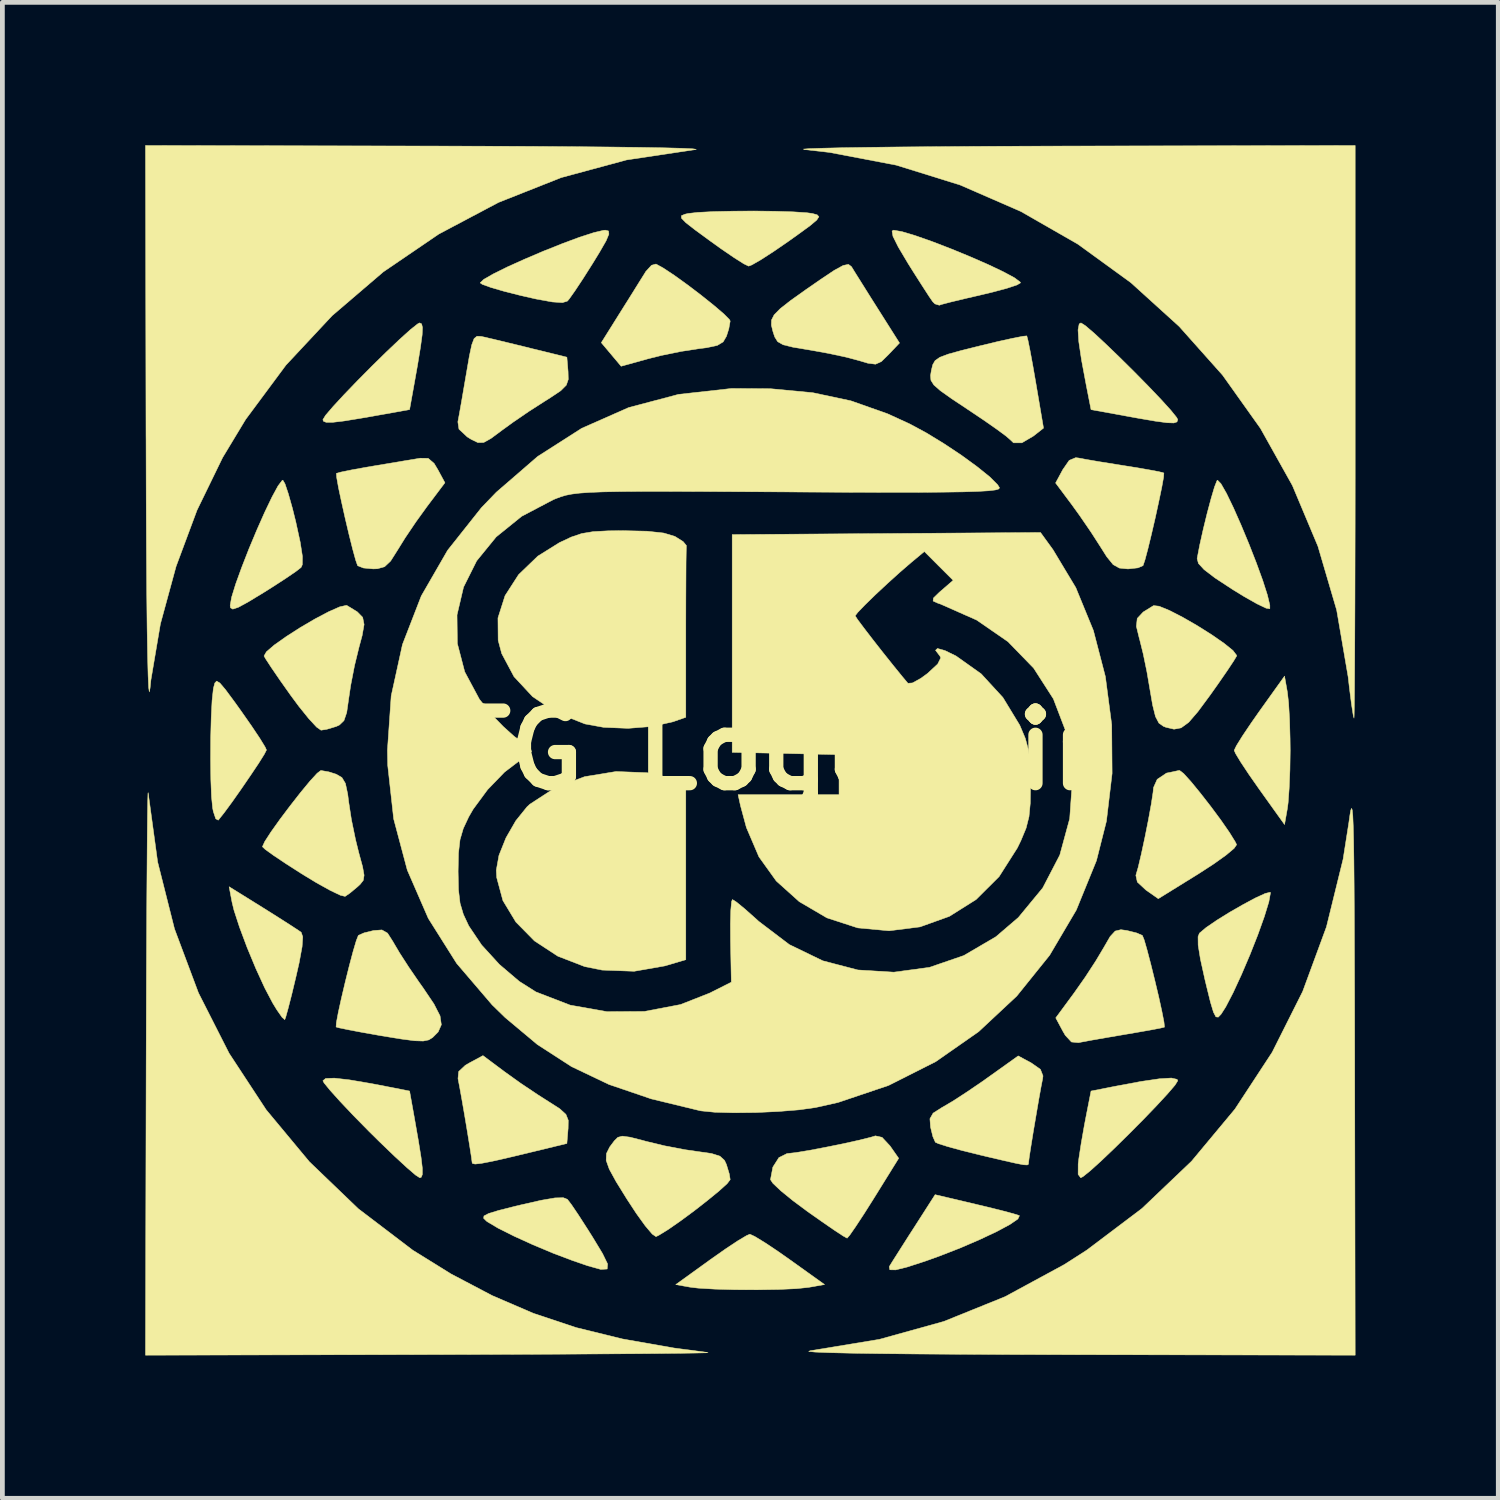
<source format=kicad_pcb>
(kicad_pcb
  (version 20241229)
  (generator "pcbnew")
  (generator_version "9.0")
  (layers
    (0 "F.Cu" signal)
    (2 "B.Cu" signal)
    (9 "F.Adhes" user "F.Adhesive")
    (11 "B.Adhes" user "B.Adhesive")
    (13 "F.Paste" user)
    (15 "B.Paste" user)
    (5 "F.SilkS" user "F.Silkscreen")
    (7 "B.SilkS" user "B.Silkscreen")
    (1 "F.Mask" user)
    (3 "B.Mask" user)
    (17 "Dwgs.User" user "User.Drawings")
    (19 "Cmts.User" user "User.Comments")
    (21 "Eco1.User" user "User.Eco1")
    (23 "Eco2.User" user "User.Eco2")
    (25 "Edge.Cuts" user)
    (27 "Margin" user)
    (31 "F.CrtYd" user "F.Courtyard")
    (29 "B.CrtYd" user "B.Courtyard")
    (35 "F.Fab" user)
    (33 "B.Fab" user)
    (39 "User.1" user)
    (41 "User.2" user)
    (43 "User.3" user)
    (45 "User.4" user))
  (footprint "BTG Logo 1in"
    (layer "F.Cu")
    (at 12.705 12.705)
    (property "Reference" "BTG Logo 1in" (at 0 0 0) (layer "F.SilkS") (effects (font (size 1.524 1.524) (thickness 0.3))))
    (attr through_hole)
    (fp_poly (pts (xy 0.092 10.207) (xy 0.299 10.333) (xy 0.577 10.518) (xy 0.819 10.688) (xy 1.558 11.217) (xy 1.224 11.276) (xy 0.968 11.303) (xy 0.593 11.32) (xy 0.149 11.327) (xy -0.314 11.325) (xy -0.745 11.313) (xy -1.096 11.292) (xy -1.27 11.271) (xy -1.566 11.218) (xy -0.833 10.689) (xy -0.524 10.472) (xy -0.262 10.298) (xy -0.077 10.188) (xy -0.01 10.16) (xy 0.092 10.207)) (stroke (width 0.01) (type solid)) (fill yes) (layer "F.SilkS"))
    (fp_poly (pts (xy 11.276 -1.224) (xy 11.302 -0.995) (xy 11.322 -0.652) (xy 11.333 -0.249) (xy 11.336 0) (xy 11.33 0.412) (xy 11.314 0.798) (xy 11.292 1.102) (xy 11.276 1.224) (xy 11.217 1.558) (xy 10.688 0.819) (xy 10.472 0.51) (xy 10.298 0.248) (xy 10.188 0.066) (xy 10.16 0) (xy 10.207 -0.098) (xy 10.333 -0.301) (xy 10.518 -0.576) (xy 10.688 -0.819) (xy 11.217 -1.558) (xy 11.276 -1.224)) (stroke (width 0.01) (type solid)) (fill yes) (layer "F.SilkS"))
    (fp_poly (pts (xy -2.168 0.47) (xy -1.837 0.542) (xy -1.355 0.682) (xy -1.355 4.396) (xy -1.793 4.526) (xy -2.439 4.639) (xy -3.113 4.614) (xy -3.477 4.541) (xy -4.043 4.322) (xy -4.532 4.002) (xy -4.923 3.605) (xy -5.195 3.155) (xy -5.325 2.673) (xy -5.334 2.517) (xy -5.278 2.205) (xy -5.131 1.838) (xy -4.924 1.478) (xy -4.69 1.188) (xy -4.629 1.131) (xy -4.097 0.785) (xy -3.479 0.553) (xy -2.82 0.445) (xy -2.168 0.47)) (stroke (width 0.01) (type solid)) (fill yes) (layer "F.SilkS"))
    (fp_poly (pts (xy 4.75 9.535) (xy 5.111 9.622) (xy 5.405 9.697) (xy 5.596 9.751) (xy 5.651 9.771) (xy 5.618 9.84) (xy 5.451 9.955) (xy 5.176 10.103) (xy 4.819 10.271) (xy 4.406 10.449) (xy 3.962 10.622) (xy 3.689 10.72) (xy 3.3 10.847) (xy 3.052 10.909) (xy 2.929 10.907) (xy 2.917 10.845) (xy 2.932 10.816) (xy 3.003 10.702) (xy 3.142 10.483) (xy 3.325 10.195) (xy 3.438 10.02) (xy 3.88 9.33) (xy 4.75 9.535)) (stroke (width 0.01) (type solid)) (fill yes) (layer "F.SilkS"))
    (fp_poly (pts (xy -10.234 3.305) (xy -9.921 3.502) (xy -9.658 3.67) (xy -9.481 3.786) (xy -9.431 3.821) (xy -9.398 3.916) (xy -9.412 4.125) (xy -9.475 4.466) (xy -9.542 4.76) (xy -9.628 5.119) (xy -9.703 5.412) (xy -9.756 5.602) (xy -9.776 5.655) (xy -9.831 5.607) (xy -9.941 5.45) (xy -10.029 5.306) (xy -10.198 4.985) (xy -10.384 4.579) (xy -10.567 4.138) (xy -10.726 3.713) (xy -10.842 3.356) (xy -10.883 3.188) (xy -10.944 2.864) (xy -10.234 3.305)) (stroke (width 0.01) (type solid)) (fill yes) (layer "F.SilkS"))
    (fp_poly (pts (xy -8.418 6.919) (xy -7.954 6.998) (xy -7.663 7.054) (xy -7.155 7.154) (xy -7.056 7.705) (xy -6.97 8.197) (xy -6.914 8.546) (xy -6.887 8.775) (xy -6.887 8.907) (xy -6.911 8.965) (xy -6.94 8.975) (xy -7.029 8.918) (xy -7.213 8.76) (xy -7.472 8.521) (xy -7.783 8.222) (xy -8.004 8.004) (xy -8.331 7.671) (xy -8.611 7.375) (xy -8.824 7.138) (xy -8.95 6.984) (xy -8.975 6.937) (xy -8.917 6.89) (xy -8.735 6.883) (xy -8.418 6.919)) (stroke (width 0.01) (type solid)) (fill yes) (layer "F.SilkS"))
    (fp_poly (pts (xy 7.034 -8.917) (xy 7.217 -8.761) (xy 7.465 -8.53) (xy 7.755 -8.251) (xy 8.061 -7.948) (xy 8.359 -7.645) (xy 8.623 -7.368) (xy 8.829 -7.141) (xy 8.951 -6.99) (xy 8.975 -6.944) (xy 8.958 -6.896) (xy 8.892 -6.874) (xy 8.749 -6.879) (xy 8.504 -6.912) (xy 8.131 -6.976) (xy 7.916 -7.015) (xy 7.154 -7.154) (xy 7.054 -7.662) (xy 6.954 -8.196) (xy 6.897 -8.58) (xy 6.881 -8.828) (xy 6.905 -8.953) (xy 6.942 -8.975) (xy 7.034 -8.917)) (stroke (width 0.01) (type solid)) (fill yes) (layer "F.SilkS"))
    (fp_poly (pts (xy 8.96 6.908) (xy 8.975 6.937) (xy 8.917 7.03) (xy 8.76 7.213) (xy 8.53 7.462) (xy 8.25 7.753) (xy 7.946 8.059) (xy 7.643 8.357) (xy 7.365 8.622) (xy 7.137 8.828) (xy 6.984 8.951) (xy 6.937 8.975) (xy 6.883 8.904) (xy 6.884 8.684) (xy 6.898 8.572) (xy 6.947 8.253) (xy 7.013 7.876) (xy 7.054 7.662) (xy 7.154 7.154) (xy 7.662 7.054) (xy 8.203 6.953) (xy 8.592 6.896) (xy 8.841 6.881) (xy 8.96 6.908)) (stroke (width 0.01) (type solid)) (fill yes) (layer "F.SilkS"))
    (fp_poly (pts (xy -6.902 -8.954) (xy -6.884 -8.878) (xy -6.891 -8.723) (xy -6.926 -8.465) (xy -6.989 -8.081) (xy -7.056 -7.705) (xy -7.155 -7.155) (xy -7.705 -7.056) (xy -8.196 -6.97) (xy -8.544 -6.914) (xy -8.773 -6.887) (xy -8.905 -6.887) (xy -8.964 -6.911) (xy -8.975 -6.944) (xy -8.917 -7.037) (xy -8.76 -7.22) (xy -8.53 -7.469) (xy -8.25 -7.76) (xy -7.947 -8.066) (xy -7.644 -8.363) (xy -7.366 -8.627) (xy -7.14 -8.831) (xy -6.988 -8.952) (xy -6.944 -8.975) (xy -6.902 -8.954)) (stroke (width 0.01) (type solid)) (fill yes) (layer "F.SilkS"))
    (fp_poly (pts (xy -3.841 9.428) (xy -3.756 9.539) (xy -3.608 9.758) (xy -3.422 10.047) (xy -3.311 10.223) (xy -3.103 10.567) (xy -2.997 10.785) (xy -3.006 10.891) (xy -3.14 10.899) (xy -3.413 10.823) (xy -3.725 10.716) (xy -4.136 10.561) (xy -4.563 10.382) (xy -4.965 10.199) (xy -5.298 10.032) (xy -5.521 9.899) (xy -5.54 9.885) (xy -5.6 9.826) (xy -5.593 9.777) (xy -5.495 9.725) (xy -5.285 9.661) (xy -4.937 9.573) (xy -4.82 9.545) (xy -4.393 9.448) (xy -4.103 9.398) (xy -3.926 9.394) (xy -3.841 9.428)) (stroke (width 0.01) (type solid)) (fill yes) (layer "F.SilkS"))
    (fp_poly (pts (xy -1.828 -10.127) (xy -1.597 -9.974) (xy -1.321 -9.775) (xy -1.034 -9.557) (xy -0.769 -9.345) (xy -0.559 -9.166) (xy -0.439 -9.045) (xy -0.423 -9.014) (xy -0.452 -8.851) (xy -0.501 -8.696) (xy -0.571 -8.576) (xy -0.695 -8.502) (xy -0.92 -8.454) (xy -1.087 -8.433) (xy -1.456 -8.376) (xy -1.876 -8.29) (xy -2.154 -8.22) (xy -2.713 -8.065) (xy -3.129 -8.56) (xy -2.721 -9.212) (xy -2.523 -9.527) (xy -2.348 -9.808) (xy -2.222 -10.009) (xy -2.194 -10.055) (xy -2.075 -10.185) (xy -1.981 -10.211) (xy -1.828 -10.127)) (stroke (width 0.01) (type solid)) (fill yes) (layer "F.SilkS"))
    (fp_poly (pts (xy 9.882 -5.598) (xy 9.998 -5.395) (xy 10.143 -5.095) (xy 10.304 -4.731) (xy 10.469 -4.334) (xy 10.625 -3.935) (xy 10.759 -3.567) (xy 10.857 -3.261) (xy 10.908 -3.048) (xy 10.908 -2.973) (xy 10.83 -2.985) (xy 10.641 -3.075) (xy 10.372 -3.227) (xy 10.118 -3.383) (xy 9.757 -3.62) (xy 9.528 -3.795) (xy 9.409 -3.924) (xy 9.382 -4.025) (xy 9.382 -4.029) (xy 9.436 -4.311) (xy 9.51 -4.642) (xy 9.593 -4.982) (xy 9.676 -5.292) (xy 9.747 -5.532) (xy 9.798 -5.661) (xy 9.809 -5.673) (xy 9.882 -5.598)) (stroke (width 0.01) (type solid)) (fill yes) (layer "F.SilkS"))
    (fp_poly (pts (xy 10.922 2.99) (xy 10.887 3.183) (xy 10.793 3.49) (xy 10.656 3.873) (xy 10.491 4.291) (xy 10.313 4.708) (xy 10.139 5.085) (xy 9.984 5.384) (xy 9.884 5.541) (xy 9.825 5.602) (xy 9.776 5.596) (xy 9.725 5.499) (xy 9.662 5.29) (xy 9.577 4.945) (xy 9.547 4.821) (xy 9.451 4.386) (xy 9.403 4.09) (xy 9.401 3.911) (xy 9.431 3.838) (xy 9.573 3.719) (xy 9.797 3.566) (xy 10.068 3.398) (xy 10.351 3.236) (xy 10.609 3.098) (xy 10.809 3.006) (xy 10.914 2.98) (xy 10.922 2.99)) (stroke (width 0.01) (type solid)) (fill yes) (layer "F.SilkS"))
    (fp_poly (pts (xy -9.771 -5.596) (xy -9.701 -5.387) (xy -9.615 -5.082) (xy -9.546 -4.805) (xy -9.451 -4.368) (xy -9.405 -4.073) (xy -9.407 -3.899) (xy -9.433 -3.841) (xy -9.542 -3.756) (xy -9.759 -3.608) (xy -10.046 -3.422) (xy -10.223 -3.311) (xy -10.546 -3.115) (xy -10.752 -3.003) (xy -10.867 -2.965) (xy -10.915 -2.993) (xy -10.922 -3.045) (xy -10.891 -3.217) (xy -10.806 -3.493) (xy -10.68 -3.841) (xy -10.528 -4.23) (xy -10.362 -4.627) (xy -10.196 -5.001) (xy -10.043 -5.32) (xy -9.917 -5.552) (xy -9.831 -5.666) (xy -9.816 -5.673) (xy -9.771 -5.596)) (stroke (width 0.01) (type solid)) (fill yes) (layer "F.SilkS"))
    (fp_poly (pts (xy -2.978 -10.905) (xy -2.97 -10.839) (xy -3.029 -10.698) (xy -3.167 -10.458) (xy -3.311 -10.223) (xy -3.508 -9.912) (xy -3.68 -9.652) (xy -3.803 -9.478) (xy -3.841 -9.433) (xy -3.945 -9.401) (xy -4.158 -9.415) (xy -4.499 -9.477) (xy -4.805 -9.546) (xy -5.161 -9.636) (xy -5.447 -9.719) (xy -5.627 -9.784) (xy -5.673 -9.816) (xy -5.598 -9.888) (xy -5.396 -10.004) (xy -5.099 -10.151) (xy -4.737 -10.314) (xy -4.343 -10.482) (xy -3.949 -10.639) (xy -3.586 -10.774) (xy -3.286 -10.871) (xy -3.082 -10.919) (xy -3.045 -10.922) (xy -2.978 -10.905)) (stroke (width 0.01) (type solid)) (fill yes) (layer "F.SilkS"))
    (fp_poly (pts (xy 2.766 8.126) (xy 2.933 8.306) (xy 3.115 8.566) (xy 2.595 9.404) (xy 2.387 9.733) (xy 2.211 10.001) (xy 2.086 10.181) (xy 2.032 10.243) (xy 1.95 10.198) (xy 1.76 10.073) (xy 1.492 9.888) (xy 1.206 9.687) (xy 0.894 9.455) (xy 0.641 9.249) (xy 0.475 9.092) (xy 0.423 9.015) (xy 0.473 8.751) (xy 0.6 8.551) (xy 0.771 8.466) (xy 0.781 8.466) (xy 0.948 8.447) (xy 1.231 8.401) (xy 1.579 8.335) (xy 1.945 8.261) (xy 2.277 8.187) (xy 2.528 8.125) (xy 2.625 8.095) (xy 2.766 8.126)) (stroke (width 0.01) (type solid)) (fill yes) (layer "F.SilkS"))
    (fp_poly (pts (xy 9.098 0.487) (xy 9.252 0.657) (xy 9.45 0.899) (xy 9.669 1.18) (xy 9.88 1.465) (xy 10.059 1.723) (xy 10.18 1.918) (xy 10.211 1.981) (xy 10.157 2.059) (xy 9.985 2.203) (xy 9.721 2.391) (xy 9.406 2.595) (xy 8.566 3.115) (xy 8.306 2.933) (xy 8.126 2.766) (xy 8.095 2.625) (xy 8.144 2.456) (xy 8.211 2.172) (xy 8.286 1.823) (xy 8.359 1.457) (xy 8.419 1.126) (xy 8.457 0.876) (xy 8.466 0.781) (xy 8.543 0.609) (xy 8.738 0.478) (xy 8.999 0.423) (xy 9.014 0.423) (xy 9.098 0.487)) (stroke (width 0.01) (type solid)) (fill yes) (layer "F.SilkS"))
    (fp_poly (pts (xy 0.514 -11.319) (xy 0.899 -11.307) (xy 1.187 -11.288) (xy 1.303 -11.272) (xy 1.404 -11.244) (xy 1.44 -11.204) (xy 1.394 -11.134) (xy 1.251 -11.014) (xy 0.994 -10.827) (xy 0.801 -10.689) (xy 0.488 -10.474) (xy 0.222 -10.302) (xy 0.034 -10.194) (xy -0.036 -10.167) (xy -0.139 -10.217) (xy -0.344 -10.347) (xy -0.619 -10.535) (xy -0.843 -10.696) (xy -1.16 -10.928) (xy -1.356 -11.081) (xy -1.446 -11.174) (xy -1.447 -11.226) (xy -1.373 -11.257) (xy -1.309 -11.272) (xy -1.105 -11.295) (xy -0.776 -11.312) (xy -0.368 -11.321) (xy 0.077 -11.324) (xy 0.514 -11.319)) (stroke (width 0.01) (type solid)) (fill yes) (layer "F.SilkS"))
    (fp_poly (pts (xy 3.185 -10.891) (xy 3.465 -10.807) (xy 3.818 -10.683) (xy 4.21 -10.532) (xy 4.611 -10.367) (xy 4.989 -10.202) (xy 5.311 -10.049) (xy 5.547 -9.922) (xy 5.665 -9.833) (xy 5.673 -9.816) (xy 5.596 -9.771) (xy 5.388 -9.702) (xy 5.085 -9.621) (xy 4.847 -9.564) (xy 4.493 -9.482) (xy 4.203 -9.412) (xy 4.016 -9.363) (xy 3.968 -9.346) (xy 3.877 -9.374) (xy 3.83 -9.42) (xy 3.751 -9.535) (xy 3.608 -9.756) (xy 3.423 -10.046) (xy 3.312 -10.223) (xy 3.106 -10.57) (xy 2.995 -10.793) (xy 2.976 -10.904) (xy 3.008 -10.922) (xy 3.185 -10.891)) (stroke (width 0.01) (type solid)) (fill yes) (layer "F.SilkS"))
    (fp_poly (pts (xy -11.138 -1.413) (xy -11.021 -1.275) (xy -10.836 -1.025) (xy -10.689 -0.82) (xy -10.473 -0.511) (xy -10.299 -0.251) (xy -10.189 -0.071) (xy -10.16 -0.007) (xy -10.206 0.083) (xy -10.325 0.273) (xy -10.495 0.527) (xy -10.688 0.809) (xy -10.88 1.082) (xy -11.047 1.309) (xy -11.162 1.454) (xy -11.172 1.466) (xy -11.225 1.437) (xy -11.276 1.283) (xy -11.29 1.212) (xy -11.314 0.969) (xy -11.328 0.612) (xy -11.333 0.186) (xy -11.331 -0.263) (xy -11.32 -0.689) (xy -11.302 -1.045) (xy -11.276 -1.285) (xy -11.272 -1.309) (xy -11.244 -1.414) (xy -11.206 -1.454) (xy -11.138 -1.413)) (stroke (width 0.01) (type solid)) (fill yes) (layer "F.SilkS"))
    (fp_poly (pts (xy -5.156 6.752) (xy -4.828 6.987) (xy -4.467 7.229) (xy -4.25 7.367) (xy -4.003 7.525) (xy -3.872 7.644) (xy -3.823 7.768) (xy -3.826 7.942) (xy -3.827 7.948) (xy -3.852 8.255) (xy -4.598 8.436) (xy -5.082 8.552) (xy -5.426 8.63) (xy -5.65 8.673) (xy -5.779 8.687) (xy -5.835 8.674) (xy -5.842 8.655) (xy -5.856 8.546) (xy -5.892 8.315) (xy -5.942 8.006) (xy -5.999 7.665) (xy -6.056 7.336) (xy -6.105 7.064) (xy -6.138 6.894) (xy -6.138 6.892) (xy -6.124 6.744) (xy -5.985 6.614) (xy -5.896 6.562) (xy -5.614 6.41) (xy -5.156 6.752)) (stroke (width 0.01) (type solid)) (fill yes) (layer "F.SilkS"))
    (fp_poly (pts (xy 5.829 -8.612) (xy 5.874 -8.39) (xy 5.933 -8.07) (xy 5.994 -7.72) (xy 6.156 -6.766) (xy 5.945 -6.6) (xy 5.702 -6.457) (xy 5.526 -6.457) (xy 5.462 -6.518) (xy 5.374 -6.595) (xy 5.174 -6.743) (xy 4.893 -6.939) (xy 4.578 -7.15) (xy 4.225 -7.385) (xy 3.991 -7.551) (xy 3.854 -7.671) (xy 3.792 -7.77) (xy 3.784 -7.87) (xy 3.801 -7.977) (xy 3.83 -8.097) (xy 3.88 -8.184) (xy 3.981 -8.254) (xy 4.161 -8.321) (xy 4.451 -8.401) (xy 4.817 -8.492) (xy 5.195 -8.583) (xy 5.508 -8.652) (xy 5.723 -8.694) (xy 5.805 -8.702) (xy 5.829 -8.612)) (stroke (width 0.01) (type solid)) (fill yes) (layer "F.SilkS"))
    (fp_poly (pts (xy -8.467 -3.039) (xy -8.254 -2.909) (xy -8.14 -2.793) (xy -8.11 -2.642) (xy -8.151 -2.41) (xy -8.216 -2.169) (xy -8.311 -1.779) (xy -8.392 -1.362) (xy -8.433 -1.087) (xy -8.475 -0.794) (xy -8.533 -0.624) (xy -8.627 -0.533) (xy -8.696 -0.501) (xy -8.896 -0.441) (xy -9.014 -0.423) (xy -9.107 -0.488) (xy -9.271 -0.665) (xy -9.479 -0.923) (xy -9.651 -1.155) (xy -9.871 -1.466) (xy -10.052 -1.73) (xy -10.173 -1.915) (xy -10.211 -1.981) (xy -10.161 -2.069) (xy -9.995 -2.212) (xy -9.746 -2.388) (xy -9.45 -2.578) (xy -9.141 -2.759) (xy -8.853 -2.911) (xy -8.622 -3.013) (xy -8.482 -3.044) (xy -8.467 -3.039)) (stroke (width 0.01) (type solid)) (fill yes) (layer "F.SilkS"))
    (fp_poly (pts (xy -5.652 -8.691) (xy -5.6 -8.68) (xy -5.419 -8.638) (xy -5.124 -8.567) (xy -4.769 -8.481) (xy -4.614 -8.442) (xy -3.852 -8.255) (xy -3.827 -7.952) (xy -3.823 -7.788) (xy -3.864 -7.668) (xy -3.98 -7.552) (xy -4.202 -7.403) (xy -4.315 -7.332) (xy -4.647 -7.119) (xy -4.986 -6.887) (xy -5.209 -6.725) (xy -5.446 -6.549) (xy -5.599 -6.464) (xy -5.721 -6.462) (xy -5.863 -6.531) (xy -5.945 -6.582) (xy -6.118 -6.744) (xy -6.141 -6.897) (xy -6.112 -7.052) (xy -6.063 -7.329) (xy -6.003 -7.68) (xy -5.965 -7.9) (xy -5.9 -8.277) (xy -5.849 -8.516) (xy -5.8 -8.646) (xy -5.739 -8.695) (xy -5.652 -8.691)) (stroke (width 0.01) (type solid)) (fill yes) (layer "F.SilkS"))
    (fp_poly (pts (xy 2.121 -10.158) (xy 2.122 -10.158) (xy 2.197 -10.036) (xy 2.34 -9.808) (xy 2.526 -9.511) (xy 2.664 -9.293) (xy 3.132 -8.553) (xy 2.899 -8.308) (xy 2.751 -8.163) (xy 2.629 -8.108) (xy 2.466 -8.129) (xy 2.286 -8.183) (xy 2.011 -8.256) (xy 1.643 -8.335) (xy 1.26 -8.404) (xy 1.23 -8.409) (xy 0.895 -8.465) (xy 0.689 -8.516) (xy 0.574 -8.581) (xy 0.512 -8.68) (xy 0.473 -8.8) (xy 0.442 -8.928) (xy 0.445 -9.036) (xy 0.5 -9.144) (xy 0.627 -9.273) (xy 0.842 -9.442) (xy 1.166 -9.673) (xy 1.468 -9.882) (xy 1.761 -10.078) (xy 1.949 -10.181) (xy 2.06 -10.204) (xy 2.121 -10.158)) (stroke (width 0.01) (type solid)) (fill yes) (layer "F.SilkS"))
    (fp_poly (pts (xy 8.583 -3.026) (xy 8.798 -2.938) (xy 9.077 -2.795) (xy 9.384 -2.618) (xy 9.686 -2.428) (xy 9.947 -2.247) (xy 10.134 -2.096) (xy 10.211 -1.994) (xy 10.211 -1.981) (xy 10.149 -1.877) (xy 10.01 -1.668) (xy 9.817 -1.389) (xy 9.651 -1.155) (xy 9.395 -0.809) (xy 9.203 -0.587) (xy 9.045 -0.472) (xy 8.896 -0.444) (xy 8.726 -0.484) (xy 8.673 -0.505) (xy 8.579 -0.572) (xy 8.507 -0.709) (xy 8.447 -0.95) (xy 8.393 -1.264) (xy 8.327 -1.65) (xy 8.249 -2.028) (xy 8.176 -2.322) (xy 8.169 -2.345) (xy 8.106 -2.603) (xy 8.124 -2.77) (xy 8.249 -2.904) (xy 8.467 -3.039) (xy 8.583 -3.026)) (stroke (width 0.01) (type solid)) (fill yes) (layer "F.SilkS"))
    (fp_poly (pts (xy -8.852 0.452) (xy -8.696 0.501) (xy -8.576 0.571) (xy -8.502 0.695) (xy -8.454 0.92) (xy -8.433 1.087) (xy -8.376 1.457) (xy -8.289 1.878) (xy -8.222 2.149) (xy -8.142 2.443) (xy -8.11 2.622) (xy -8.127 2.73) (xy -8.194 2.815) (xy -8.246 2.863) (xy -8.407 2.997) (xy -8.509 3.067) (xy -8.61 3.042) (xy -8.821 2.941) (xy -9.111 2.78) (xy -9.419 2.593) (xy -9.745 2.384) (xy -10.01 2.207) (xy -10.186 2.08) (xy -10.245 2.024) (xy -10.196 1.916) (xy -10.066 1.715) (xy -9.881 1.455) (xy -9.665 1.168) (xy -9.446 0.888) (xy -9.248 0.648) (xy -9.096 0.482) (xy -9.018 0.423) (xy -8.852 0.452)) (stroke (width 0.01) (type solid)) (fill yes) (layer "F.SilkS"))
    (fp_poly (pts (xy -6.764 -6.131) (xy -6.64 -6.025) (xy -6.562 -5.895) (xy -6.413 -5.619) (xy -6.791 -5.117) (xy -7.022 -4.797) (xy -7.248 -4.462) (xy -7.403 -4.212) (xy -7.553 -3.975) (xy -7.68 -3.855) (xy -7.831 -3.813) (xy -7.919 -3.81) (xy -8.125 -3.829) (xy -8.243 -3.876) (xy -8.247 -3.881) (xy -8.287 -3.995) (xy -8.35 -4.225) (xy -8.427 -4.533) (xy -8.508 -4.876) (xy -8.584 -5.217) (xy -8.647 -5.513) (xy -8.685 -5.726) (xy -8.692 -5.815) (xy -8.692 -5.815) (xy -8.599 -5.842) (xy -8.38 -5.887) (xy -8.071 -5.943) (xy -7.907 -5.971) (xy -7.541 -6.032) (xy -7.216 -6.087) (xy -6.984 -6.125) (xy -6.933 -6.134) (xy -6.764 -6.131)) (stroke (width 0.01) (type solid)) (fill yes) (layer "F.SilkS"))
    (fp_poly (pts (xy -2.525 8.123) (xy -2.251 8.193) (xy -2.194 8.209) (xy -1.8 8.304) (xy -1.369 8.386) (xy -1.113 8.423) (xy -0.813 8.466) (xy -0.638 8.522) (xy -0.543 8.609) (xy -0.503 8.693) (xy -0.442 8.894) (xy -0.423 9.014) (xy -0.487 9.098) (xy -0.657 9.252) (xy -0.899 9.45) (xy -1.179 9.669) (xy -1.465 9.88) (xy -1.722 10.059) (xy -1.918 10.18) (xy -1.981 10.211) (xy -2.06 10.157) (xy -2.205 9.986) (xy -2.394 9.724) (xy -2.593 9.42) (xy -2.82 9.053) (xy -2.962 8.794) (xy -3.027 8.61) (xy -3.021 8.466) (xy -2.953 8.329) (xy -2.855 8.198) (xy -2.782 8.126) (xy -2.687 8.101) (xy -2.525 8.123)) (stroke (width 0.01) (type solid)) (fill yes) (layer "F.SilkS"))
    (fp_poly (pts (xy 6.892 -6.138) (xy 7.052 -6.108) (xy 7.331 -6.06) (xy 7.681 -6.004) (xy 7.862 -5.975) (xy 8.207 -5.919) (xy 8.483 -5.87) (xy 8.651 -5.834) (xy 8.683 -5.823) (xy 8.677 -5.735) (xy 8.639 -5.523) (xy 8.577 -5.226) (xy 8.503 -4.885) (xy 8.423 -4.54) (xy 8.348 -4.231) (xy 8.286 -3.998) (xy 8.246 -3.88) (xy 8.245 -3.878) (xy 8.139 -3.832) (xy 7.94 -3.81) (xy 7.919 -3.81) (xy 7.749 -3.827) (xy 7.618 -3.9) (xy 7.484 -4.065) (xy 7.364 -4.255) (xy 7.157 -4.577) (xy 6.911 -4.936) (xy 6.752 -5.156) (xy 6.41 -5.614) (xy 6.562 -5.896) (xy 6.695 -6.088) (xy 6.831 -6.145) (xy 6.892 -6.138)) (stroke (width 0.01) (type solid)) (fill yes) (layer "F.SilkS"))
    (fp_poly (pts (xy 7.906 3.783) (xy 8.11 3.834) (xy 8.232 3.887) (xy 8.232 3.887) (xy 8.27 3.981) (xy 8.332 4.197) (xy 8.41 4.495) (xy 8.494 4.835) (xy 8.575 5.176) (xy 8.641 5.479) (xy 8.685 5.703) (xy 8.696 5.809) (xy 8.694 5.812) (xy 8.609 5.833) (xy 8.393 5.874) (xy 8.085 5.928) (xy 7.873 5.964) (xy 7.504 6.027) (xy 7.182 6.083) (xy 6.956 6.125) (xy 6.892 6.138) (xy 6.743 6.124) (xy 6.613 5.984) (xy 6.563 5.898) (xy 6.413 5.618) (xy 6.804 5.087) (xy 7.033 4.761) (xy 7.255 4.42) (xy 7.419 4.145) (xy 7.555 3.91) (xy 7.661 3.795) (xy 7.78 3.766) (xy 7.906 3.783)) (stroke (width 0.01) (type solid)) (fill yes) (layer "F.SilkS"))
    (fp_poly (pts (xy -7.618 3.838) (xy -7.5 4.023) (xy -7.488 4.045) (xy -7.362 4.258) (xy -7.171 4.554) (xy -6.949 4.878) (xy -6.876 4.98) (xy -6.643 5.326) (xy -6.515 5.576) (xy -6.488 5.762) (xy -6.555 5.913) (xy -6.67 6.029) (xy -6.752 6.08) (xy -6.868 6.104) (xy -7.05 6.098) (xy -7.332 6.061) (xy -7.744 5.994) (xy -8.118 5.928) (xy -8.425 5.87) (xy -8.63 5.828) (xy -8.698 5.809) (xy -8.692 5.719) (xy -8.652 5.505) (xy -8.587 5.209) (xy -8.507 4.869) (xy -8.422 4.528) (xy -8.341 4.223) (xy -8.274 3.996) (xy -8.231 3.887) (xy -8.229 3.885) (xy -8.111 3.833) (xy -7.912 3.784) (xy -7.736 3.771) (xy -7.618 3.838)) (stroke (width 0.01) (type solid)) (fill yes) (layer "F.SilkS"))
    (fp_poly (pts (xy -2.168 -4.601) (xy -1.816 -4.562) (xy -1.587 -4.493) (xy -1.576 -4.487) (xy -1.411 -4.383) (xy -1.343 -4.301) (xy -1.343 -4.297) (xy -1.346 -4.197) (xy -1.35 -3.953) (xy -1.352 -3.592) (xy -1.354 -3.14) (xy -1.355 -2.623) (xy -1.355 -2.464) (xy -1.355 -0.694) (xy -1.624 -0.6) (xy -2.055 -0.502) (xy -2.566 -0.462) (xy -3.079 -0.483) (xy -3.471 -0.554) (xy -4.067 -0.789) (xy -4.571 -1.127) (xy -4.962 -1.547) (xy -5.22 -2.031) (xy -5.295 -2.311) (xy -5.299 -2.78) (xy -5.15 -3.248) (xy -4.866 -3.689) (xy -4.462 -4.078) (xy -4.009 -4.361) (xy -3.76 -4.478) (xy -3.541 -4.552) (xy -3.301 -4.592) (xy -2.984 -4.609) (xy -2.667 -4.612) (xy -2.168 -4.601)) (stroke (width 0.01) (type solid)) (fill yes) (layer "F.SilkS"))
    (fp_poly (pts (xy 5.901 6.565) (xy 6.091 6.698) (xy 6.145 6.836) (xy 6.138 6.892) (xy 6.105 7.061) (xy 6.056 7.333) (xy 6 7.662) (xy 5.942 8.003) (xy 5.892 8.313) (xy 5.856 8.546) (xy 5.842 8.657) (xy 5.842 8.657) (xy 5.84 8.69) (xy 5.814 8.706) (xy 5.738 8.702) (xy 5.585 8.673) (xy 5.328 8.615) (xy 4.939 8.524) (xy 4.826 8.497) (xy 4.458 8.406) (xy 4.154 8.323) (xy 3.951 8.259) (xy 3.885 8.229) (xy 3.833 8.111) (xy 3.784 7.912) (xy 3.771 7.736) (xy 3.838 7.618) (xy 4.023 7.5) (xy 4.045 7.488) (xy 4.257 7.363) (xy 4.552 7.171) (xy 4.878 6.949) (xy 4.989 6.87) (xy 5.625 6.416) (xy 5.901 6.565)) (stroke (width 0.01) (type solid)) (fill yes) (layer "F.SilkS"))
    (fp_poly (pts (xy -6.583 -12.688) (xy -5.525 -12.685) (xy -4.56 -12.681) (xy -3.696 -12.675) (xy -2.943 -12.668) (xy -2.308 -12.66) (xy -1.801 -12.651) (xy -1.431 -12.641) (xy -1.206 -12.63) (xy -1.135 -12.619) (xy -1.185 -12.61) (xy -2.6 -12.397) (xy -3.972 -12.026) (xy -5.289 -11.504) (xy -6.539 -10.842) (xy -7.707 -10.046) (xy -8.782 -9.126) (xy -9.75 -8.09) (xy -10.598 -6.947) (xy -11.081 -6.147) (xy -11.618 -5.043) (xy -12.058 -3.862) (xy -12.387 -2.655) (xy -12.587 -1.474) (xy -12.604 -1.306) (xy -12.62 -1.227) (xy -12.633 -1.316) (xy -12.645 -1.571) (xy -12.656 -1.991) (xy -12.666 -2.575) (xy -12.674 -3.321) (xy -12.68 -4.228) (xy -12.685 -5.294) (xy -12.688 -6.519) (xy -12.689 -6.625) (xy -12.7 -12.7) (xy -6.583 -12.688)) (stroke (width 0.01) (type solid)) (fill yes) (layer "F.SilkS"))
    (fp_poly (pts (xy -12.445 2.345) (xy -12.091 3.75) (xy -11.588 5.093) (xy -10.944 6.362) (xy -10.165 7.549) (xy -9.258 8.64) (xy -8.231 9.626) (xy -7.089 10.495) (xy -6.285 10.994) (xy -5.42 11.449) (xy -4.556 11.821) (xy -3.656 12.121) (xy -2.683 12.36) (xy -1.602 12.55) (xy -0.889 12.644) (xy -0.929 12.65) (xy -1.126 12.655) (xy -1.466 12.66) (xy -1.938 12.665) (xy -2.529 12.67) (xy -3.225 12.674) (xy -4.015 12.679) (xy -4.885 12.682) (xy -5.823 12.685) (xy -6.668 12.687) (xy -12.7 12.7) (xy -12.686 6.625) (xy -12.683 5.638) (xy -12.68 4.71) (xy -12.676 3.854) (xy -12.672 3.081) (xy -12.667 2.404) (xy -12.663 1.835) (xy -12.658 1.388) (xy -12.653 1.074) (xy -12.648 0.906) (xy -12.644 0.889) (xy -12.445 2.345)) (stroke (width 0.01) (type solid)) (fill yes) (layer "F.SilkS"))
    (fp_poly (pts (xy 12.638 1.253) (xy 12.65 1.371) (xy 12.659 1.581) (xy 12.667 1.892) (xy 12.673 2.313) (xy 12.678 2.855) (xy 12.682 3.527) (xy 12.685 4.338) (xy 12.688 5.297) (xy 12.69 6.414) (xy 12.69 6.668) (xy 12.7 12.7) (xy 6.668 12.689) (xy 5.464 12.686) (xy 4.403 12.681) (xy 3.489 12.675) (xy 2.724 12.667) (xy 2.112 12.658) (xy 1.656 12.647) (xy 1.359 12.635) (xy 1.225 12.621) (xy 1.256 12.607) (xy 1.27 12.605) (xy 2.709 12.368) (xy 4.062 11.992) (xy 5.348 11.472) (xy 6.591 10.798) (xy 7.065 10.494) (xy 8.224 9.619) (xy 9.263 8.629) (xy 10.175 7.534) (xy 10.956 6.342) (xy 11.598 5.063) (xy 12.097 3.707) (xy 12.447 2.284) (xy 12.568 1.513) (xy 12.59 1.357) (xy 12.608 1.256) (xy 12.625 1.218) (xy 12.638 1.253)) (stroke (width 0.01) (type solid)) (fill yes) (layer "F.SilkS"))
    (fp_poly (pts (xy 12.7 -6.689) (xy 12.7 -5.697) (xy 12.699 -4.756) (xy 12.697 -3.879) (xy 12.695 -3.081) (xy 12.692 -2.374) (xy 12.689 -1.772) (xy 12.686 -1.288) (xy 12.682 -0.936) (xy 12.678 -0.729) (xy 12.675 -0.677) (xy 12.656 -0.756) (xy 12.623 -0.967) (xy 12.583 -1.277) (xy 12.552 -1.545) (xy 12.312 -2.943) (xy 11.918 -4.285) (xy 11.382 -5.561) (xy 10.711 -6.761) (xy 9.916 -7.878) (xy 9.005 -8.9) (xy 7.99 -9.82) (xy 6.878 -10.628) (xy 5.68 -11.315) (xy 4.404 -11.871) (xy 3.062 -12.288) (xy 1.661 -12.555) (xy 1.143 -12.614) (xy 1.114 -12.624) (xy 1.243 -12.634) (xy 1.518 -12.643) (xy 1.929 -12.653) (xy 2.462 -12.661) (xy 3.109 -12.669) (xy 3.855 -12.675) (xy 4.692 -12.681) (xy 5.606 -12.685) (xy 6.583 -12.688) (xy 12.7 -12.7) (xy 12.7 -6.689)) (stroke (width 0.01) (type solid)) (fill yes) (layer "F.SilkS"))
    (fp_poly (pts (xy 0.423 -7.593) (xy 1.312 -7.509) (xy 2.111 -7.339) (xy 2.881 -7.067) (xy 3.344 -6.855) (xy 3.688 -6.67) (xy 4.06 -6.443) (xy 4.428 -6.199) (xy 4.76 -5.957) (xy 5.026 -5.743) (xy 5.193 -5.576) (xy 5.232 -5.513) (xy 5.216 -5.488) (xy 5.143 -5.467) (xy 5.001 -5.45) (xy 4.776 -5.437) (xy 4.458 -5.427) (xy 4.034 -5.421) (xy 3.491 -5.417) (xy 2.819 -5.417) (xy 2.004 -5.419) (xy 1.034 -5.424) (xy 0.793 -5.426) (xy -0.191 -5.431) (xy -1.02 -5.435) (xy -1.71 -5.437) (xy -2.276 -5.437) (xy -2.731 -5.434) (xy -3.09 -5.427) (xy -3.37 -5.416) (xy -3.584 -5.401) (xy -3.747 -5.381) (xy -3.874 -5.356) (xy -3.98 -5.324) (xy -4.08 -5.287) (xy -4.14 -5.262) (xy -4.8 -4.915) (xy -5.337 -4.481) (xy -5.746 -3.979) (xy -6.022 -3.427) (xy -6.159 -2.843) (xy -6.152 -2.243) (xy -5.997 -1.648) (xy -5.689 -1.073) (xy -5.422 -0.739) (xy -5.183 -0.495) (xy -4.956 -0.291) (xy -4.793 -0.174) (xy -4.619 -0.063) (xy -4.596 0.028) (xy -4.726 0.138) (xy -4.805 0.186) (xy -5.16 0.456) (xy -5.517 0.825) (xy -5.82 1.236) (xy -5.913 1.397) (xy -6.028 1.643) (xy -6.096 1.876) (xy -6.128 2.157) (xy -6.136 2.54) (xy -6.128 2.929) (xy -6.095 3.21) (xy -6.026 3.443) (xy -5.913 3.685) (xy -5.642 4.088) (xy -5.269 4.496) (xy -4.852 4.851) (xy -4.502 5.073) (xy -3.783 5.35) (xy -3.012 5.487) (xy -2.228 5.483) (xy -1.466 5.338) (xy -0.856 5.098) (xy -0.399 4.868) (xy -0.416 4) (xy -0.418 3.64) (xy -0.41 3.353) (xy -0.393 3.174) (xy -0.376 3.133) (xy -0.291 3.186) (xy -0.117 3.329) (xy 0.112 3.532) (xy 0.175 3.59) (xy 0.819 4.079) (xy 1.521 4.419) (xy 2.259 4.612) (xy 3.013 4.658) (xy 3.761 4.557) (xy 4.482 4.309) (xy 5.155 3.915) (xy 5.627 3.511) (xy 6.139 2.89) (xy 6.498 2.199) (xy 6.706 1.434) (xy 6.765 0.592) (xy 6.758 0.405) (xy 6.636 -0.367) (xy 6.363 -1.082) (xy 5.949 -1.726) (xy 5.409 -2.282) (xy 4.753 -2.735) (xy 3.994 -3.071) (xy 3.937 -3.09) (xy 3.838 -3.135) (xy 3.845 -3.198) (xy 3.97 -3.32) (xy 4.013 -3.357) (xy 4.259 -3.57) (xy 3.956 -3.872) (xy 3.654 -4.175) (xy 3.372 -3.94) (xy 3.136 -3.736) (xy 2.876 -3.501) (xy 2.621 -3.263) (xy 2.404 -3.051) (xy 2.254 -2.895) (xy 2.201 -2.825) (xy 2.25 -2.749) (xy 2.38 -2.575) (xy 2.565 -2.334) (xy 2.778 -2.062) (xy 2.996 -1.789) (xy 3.19 -1.55) (xy 3.309 -1.408) (xy 3.404 -1.415) (xy 3.58 -1.512) (xy 3.72 -1.614) (xy 3.934 -1.812) (xy 3.999 -1.942) (xy 3.981 -1.98) (xy 3.889 -2.101) (xy 3.929 -2.139) (xy 4.088 -2.094) (xy 4.321 -1.98) (xy 4.846 -1.607) (xy 5.303 -1.11) (xy 5.655 -0.531) (xy 5.659 -0.523) (xy 5.774 -0.251) (xy 5.842 0.000429) (xy 5.875 0.294) (xy 5.884 0.691) (xy 5.884 0.721) (xy 5.878 1.11) (xy 5.851 1.393) (xy 5.79 1.634) (xy 5.681 1.896) (xy 5.606 2.05) (xy 5.223 2.652) (xy 4.74 3.133) (xy 4.179 3.486) (xy 3.563 3.707) (xy 2.914 3.789) (xy 2.255 3.728) (xy 1.607 3.517) (xy 1.027 3.177) (xy 0.545 2.744) (xy 0.18 2.235) (xy -0.083 1.62) (xy -0.206 1.164) (xy -0.257 0.931) (xy 1.863 0.931) (xy 1.863 0.09) (xy -0.381 0.042) (xy -0.381 -4.53) (xy 2.856 -4.552) (xy 6.093 -4.574) (xy 6.355 -4.213) (xy 6.834 -3.416) (xy 7.203 -2.517) (xy 7.455 -1.548) (xy 7.588 -0.537) (xy 7.596 0.485) (xy 7.477 1.487) (xy 7.267 2.317) (xy 6.845 3.352) (xy 6.284 4.303) (xy 5.595 5.159) (xy 4.794 5.907) (xy 3.892 6.537) (xy 2.903 7.036) (xy 1.841 7.394) (xy 1.368 7.5) (xy 1.026 7.548) (xy 0.592 7.583) (xy 0.118 7.605) (xy -0.345 7.61) (xy -0.747 7.599) (xy -1.038 7.57) (xy -1.058 7.566) (xy -2.081 7.318) (xy -2.97 7.015) (xy -3.756 6.64) (xy -4.472 6.177) (xy -5.148 5.611) (xy -5.421 5.345) (xy -6.166 4.474) (xy -6.762 3.528) (xy -7.203 2.514) (xy -7.489 1.439) (xy -7.614 0.313) (xy -7.62 -0.000001) (xy -7.541 -1.142) (xy -7.304 -2.223) (xy -6.909 -3.242) (xy -6.357 -4.199) (xy -5.648 -5.093) (xy -5.334 -5.419) (xy -4.466 -6.17) (xy -3.542 -6.761) (xy -2.558 -7.196) (xy -1.51 -7.474) (xy -0.395 -7.598) (xy 0.423 -7.593)) (stroke (width 0.01) (type solid)) (fill yes) (layer "F.SilkS")))
  (gr_rect
    (start -3 -3)
    (end 28.41 28.41)
    (stroke (width 0.1) (type default))
    (fill no)
    (layer "Edge.Cuts")))
</source>
